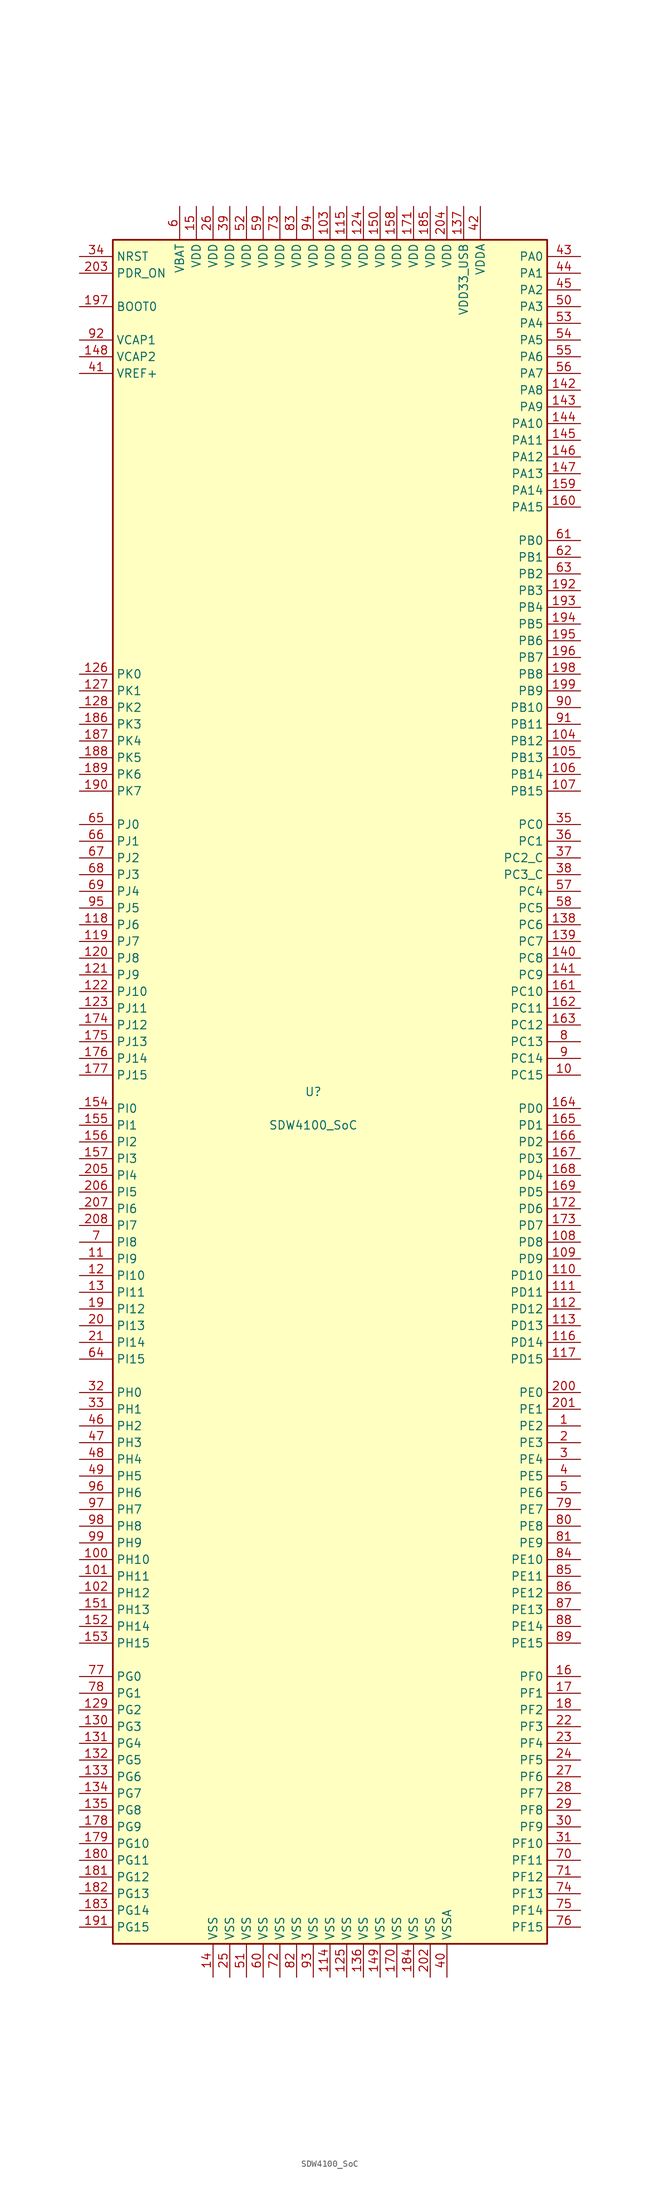
<source format=kicad_sym>
(kicad_symbol_lib
  (version 20220914)
  (generator kicad_symbol_editor)
  (symbol "SDW4100_SoC"
    (property "Reference" "U"
      (at 0 0 0)
      (effects (font (size 1.27 1.27))))
    (property "Value" "SDW4100_SoC"
      (at 0 -5.08 0)
      (effects (font (size 1.27 1.27))))
    (symbol "SDW4100_SoC_0_1"
      (rectangle (start -30.48 -129.54) (end 35.56 129.54) (stroke (width 0.254) (type default)) (fill (type background))))
    (symbol "SDW4100_SoC_1_1"
      (pin bidirectional line (at 40.64 -50.8 180) (length 5.08) (name "PE2" (effects (font (size 1.27 1.27)))) (number "1" (effects (font (size 1.27 1.27)))))
      (pin bidirectional line (at 40.64 2.54 180) (length 5.08) (name "PC15" (effects (font (size 1.27 1.27)))) (number "10" (effects (font (size 1.27 1.27)))))
      (pin bidirectional line (at -35.56 -71.12 0) (length 5.08) (name "PH10" (effects (font (size 1.27 1.27)))) (number "100" (effects (font (size 1.27 1.27)))))
      (pin bidirectional line (at -35.56 -73.66 0) (length 5.08) (name "PH11" (effects (font (size 1.27 1.27)))) (number "101" (effects (font (size 1.27 1.27)))))
      (pin bidirectional line (at -35.56 -76.2 0) (length 5.08) (name "PH12" (effects (font (size 1.27 1.27)))) (number "102" (effects (font (size 1.27 1.27)))))
      (pin power_in line (at 2.54 134.62 270) (length 5.08) (name "VDD" (effects (font (size 1.27 1.27)))) (number "103" (effects (font (size 1.27 1.27)))))
      (pin bidirectional line (at 40.64 53.34 180) (length 5.08) (name "PB12" (effects (font (size 1.27 1.27)))) (number "104" (effects (font (size 1.27 1.27)))))
      (pin bidirectional line (at 40.64 50.8 180) (length 5.08) (name "PB13" (effects (font (size 1.27 1.27)))) (number "105" (effects (font (size 1.27 1.27)))))
      (pin bidirectional line (at 40.64 48.26 180) (length 5.08) (name "PB14" (effects (font (size 1.27 1.27)))) (number "106" (effects (font (size 1.27 1.27)))))
      (pin bidirectional line (at 40.64 45.72 180) (length 5.08) (name "PB15" (effects (font (size 1.27 1.27)))) (number "107" (effects (font (size 1.27 1.27)))))
      (pin bidirectional line (at 40.64 -22.86 180) (length 5.08) (name "PD8" (effects (font (size 1.27 1.27)))) (number "108" (effects (font (size 1.27 1.27)))))
      (pin bidirectional line (at 40.64 -25.4 180) (length 5.08) (name "PD9" (effects (font (size 1.27 1.27)))) (number "109" (effects (font (size 1.27 1.27)))))
      (pin bidirectional line (at -35.56 -25.4 0) (length 5.08) (name "PI9" (effects (font (size 1.27 1.27)))) (number "11" (effects (font (size 1.27 1.27)))))
      (pin bidirectional line (at 40.64 -27.94 180) (length 5.08) (name "PD10" (effects (font (size 1.27 1.27)))) (number "110" (effects (font (size 1.27 1.27)))))
      (pin bidirectional line (at 40.64 -30.48 180) (length 5.08) (name "PD11" (effects (font (size 1.27 1.27)))) (number "111" (effects (font (size 1.27 1.27)))))
      (pin bidirectional line (at 40.64 -33.02 180) (length 5.08) (name "PD12" (effects (font (size 1.27 1.27)))) (number "112" (effects (font (size 1.27 1.27)))))
      (pin bidirectional line (at 40.64 -35.56 180) (length 5.08) (name "PD13" (effects (font (size 1.27 1.27)))) (number "113" (effects (font (size 1.27 1.27)))))
      (pin power_in line (at 2.54 -134.62 90) (length 5.08) (name "VSS" (effects (font (size 1.27 1.27)))) (number "114" (effects (font (size 1.27 1.27)))))
      (pin power_in line (at 5.08 134.62 270) (length 5.08) (name "VDD" (effects (font (size 1.27 1.27)))) (number "115" (effects (font (size 1.27 1.27)))))
      (pin bidirectional line (at 40.64 -38.1 180) (length 5.08) (name "PD14" (effects (font (size 1.27 1.27)))) (number "116" (effects (font (size 1.27 1.27)))))
      (pin bidirectional line (at 40.64 -40.64 180) (length 5.08) (name "PD15" (effects (font (size 1.27 1.27)))) (number "117" (effects (font (size 1.27 1.27)))))
      (pin bidirectional line (at -35.56 25.4 0) (length 5.08) (name "PJ6" (effects (font (size 1.27 1.27)))) (number "118" (effects (font (size 1.27 1.27)))))
      (pin bidirectional line (at -35.56 22.86 0) (length 5.08) (name "PJ7" (effects (font (size 1.27 1.27)))) (number "119" (effects (font (size 1.27 1.27)))))
      (pin bidirectional line (at -35.56 -27.94 0) (length 5.08) (name "PI10" (effects (font (size 1.27 1.27)))) (number "12" (effects (font (size 1.27 1.27)))))
      (pin bidirectional line (at -35.56 20.32 0) (length 5.08) (name "PJ8" (effects (font (size 1.27 1.27)))) (number "120" (effects (font (size 1.27 1.27)))))
      (pin bidirectional line (at -35.56 17.78 0) (length 5.08) (name "PJ9" (effects (font (size 1.27 1.27)))) (number "121" (effects (font (size 1.27 1.27)))))
      (pin bidirectional line (at -35.56 15.24 0) (length 5.08) (name "PJ10" (effects (font (size 1.27 1.27)))) (number "122" (effects (font (size 1.27 1.27)))))
      (pin bidirectional line (at -35.56 12.7 0) (length 5.08) (name "PJ11" (effects (font (size 1.27 1.27)))) (number "123" (effects (font (size 1.27 1.27)))))
      (pin power_in line (at 7.62 134.62 270) (length 5.08) (name "VDD" (effects (font (size 1.27 1.27)))) (number "124" (effects (font (size 1.27 1.27)))))
      (pin power_in line (at 5.08 -134.62 90) (length 5.08) (name "VSS" (effects (font (size 1.27 1.27)))) (number "125" (effects (font (size 1.27 1.27)))))
      (pin bidirectional line (at -35.56 63.5 0) (length 5.08) (name "PK0" (effects (font (size 1.27 1.27)))) (number "126" (effects (font (size 1.27 1.27)))))
      (pin bidirectional line (at -35.56 60.96 0) (length 5.08) (name "PK1" (effects (font (size 1.27 1.27)))) (number "127" (effects (font (size 1.27 1.27)))))
      (pin bidirectional line (at -35.56 58.42 0) (length 5.08) (name "PK2" (effects (font (size 1.27 1.27)))) (number "128" (effects (font (size 1.27 1.27)))))
      (pin bidirectional line (at -35.56 -93.98 0) (length 5.08) (name "PG2" (effects (font (size 1.27 1.27)))) (number "129" (effects (font (size 1.27 1.27)))))
      (pin bidirectional line (at -35.56 -30.48 0) (length 5.08) (name "PI11" (effects (font (size 1.27 1.27)))) (number "13" (effects (font (size 1.27 1.27)))))
      (pin bidirectional line (at -35.56 -96.52 0) (length 5.08) (name "PG3" (effects (font (size 1.27 1.27)))) (number "130" (effects (font (size 1.27 1.27)))))
      (pin bidirectional line (at -35.56 -99.06 0) (length 5.08) (name "PG4" (effects (font (size 1.27 1.27)))) (number "131" (effects (font (size 1.27 1.27)))))
      (pin bidirectional line (at -35.56 -101.6 0) (length 5.08) (name "PG5" (effects (font (size 1.27 1.27)))) (number "132" (effects (font (size 1.27 1.27)))))
      (pin bidirectional line (at -35.56 -104.14 0) (length 5.08) (name "PG6" (effects (font (size 1.27 1.27)))) (number "133" (effects (font (size 1.27 1.27)))))
      (pin bidirectional line (at -35.56 -106.68 0) (length 5.08) (name "PG7" (effects (font (size 1.27 1.27)))) (number "134" (effects (font (size 1.27 1.27)))))
      (pin bidirectional line (at -35.56 -109.22 0) (length 5.08) (name "PG8" (effects (font (size 1.27 1.27)))) (number "135" (effects (font (size 1.27 1.27)))))
      (pin power_in line (at 7.62 -134.62 90) (length 5.08) (name "VSS" (effects (font (size 1.27 1.27)))) (number "136" (effects (font (size 1.27 1.27)))))
      (pin power_in line (at 22.86 134.62 270) (length 5.08) (name "VDD33_USB" (effects (font (size 1.27 1.27)))) (number "137" (effects (font (size 1.27 1.27)))))
      (pin bidirectional line (at 40.64 25.4 180) (length 5.08) (name "PC6" (effects (font (size 1.27 1.27)))) (number "138" (effects (font (size 1.27 1.27)))))
      (pin bidirectional line (at 40.64 22.86 180) (length 5.08) (name "PC7" (effects (font (size 1.27 1.27)))) (number "139" (effects (font (size 1.27 1.27)))))
      (pin power_in line (at -15.24 -134.62 90) (length 5.08) (name "VSS" (effects (font (size 1.27 1.27)))) (number "14" (effects (font (size 1.27 1.27)))))
      (pin bidirectional line (at 40.64 20.32 180) (length 5.08) (name "PC8" (effects (font (size 1.27 1.27)))) (number "140" (effects (font (size 1.27 1.27)))))
      (pin bidirectional line (at 40.64 17.78 180) (length 5.08) (name "PC9" (effects (font (size 1.27 1.27)))) (number "141" (effects (font (size 1.27 1.27)))))
      (pin bidirectional line (at 40.64 106.68 180) (length 5.08) (name "PA8" (effects (font (size 1.27 1.27)))) (number "142" (effects (font (size 1.27 1.27)))))
      (pin bidirectional line (at 40.64 104.14 180) (length 5.08) (name "PA9" (effects (font (size 1.27 1.27)))) (number "143" (effects (font (size 1.27 1.27)))))
      (pin bidirectional line (at 40.64 101.6 180) (length 5.08) (name "PA10" (effects (font (size 1.27 1.27)))) (number "144" (effects (font (size 1.27 1.27)))))
      (pin bidirectional line (at 40.64 99.06 180) (length 5.08) (name "PA11" (effects (font (size 1.27 1.27)))) (number "145" (effects (font (size 1.27 1.27)))))
      (pin bidirectional line (at 40.64 96.52 180) (length 5.08) (name "PA12" (effects (font (size 1.27 1.27)))) (number "146" (effects (font (size 1.27 1.27)))))
      (pin bidirectional line (at 40.64 93.98 180) (length 5.08) (name "PA13" (effects (font (size 1.27 1.27)))) (number "147" (effects (font (size 1.27 1.27)))))
      (pin power_in line (at -35.56 111.76 0) (length 5.08) (name "VCAP2" (effects (font (size 1.27 1.27)))) (number "148" (effects (font (size 1.27 1.27)))))
      (pin power_in line (at 10.16 -134.62 90) (length 5.08) (name "VSS" (effects (font (size 1.27 1.27)))) (number "149" (effects (font (size 1.27 1.27)))))
      (pin power_in line (at -17.78 134.62 270) (length 5.08) (name "VDD" (effects (font (size 1.27 1.27)))) (number "15" (effects (font (size 1.27 1.27)))))
      (pin power_in line (at 10.16 134.62 270) (length 5.08) (name "VDD" (effects (font (size 1.27 1.27)))) (number "150" (effects (font (size 1.27 1.27)))))
      (pin bidirectional line (at -35.56 -78.74 0) (length 5.08) (name "PH13" (effects (font (size 1.27 1.27)))) (number "151" (effects (font (size 1.27 1.27)))))
      (pin bidirectional line (at -35.56 -81.28 0) (length 5.08) (name "PH14" (effects (font (size 1.27 1.27)))) (number "152" (effects (font (size 1.27 1.27)))))
      (pin bidirectional line (at -35.56 -83.82 0) (length 5.08) (name "PH15" (effects (font (size 1.27 1.27)))) (number "153" (effects (font (size 1.27 1.27)))))
      (pin bidirectional line (at -35.56 -2.54 0) (length 5.08) (name "PI0" (effects (font (size 1.27 1.27)))) (number "154" (effects (font (size 1.27 1.27)))))
      (pin bidirectional line (at -35.56 -5.08 0) (length 5.08) (name "PI1" (effects (font (size 1.27 1.27)))) (number "155" (effects (font (size 1.27 1.27)))))
      (pin bidirectional line (at -35.56 -7.62 0) (length 5.08) (name "PI2" (effects (font (size 1.27 1.27)))) (number "156" (effects (font (size 1.27 1.27)))))
      (pin bidirectional line (at -35.56 -10.16 0) (length 5.08) (name "PI3" (effects (font (size 1.27 1.27)))) (number "157" (effects (font (size 1.27 1.27)))))
      (pin power_in line (at 12.7 134.62 270) (length 5.08) (name "VDD" (effects (font (size 1.27 1.27)))) (number "158" (effects (font (size 1.27 1.27)))))
      (pin bidirectional line (at 40.64 91.44 180) (length 5.08) (name "PA14" (effects (font (size 1.27 1.27)))) (number "159" (effects (font (size 1.27 1.27)))))
      (pin bidirectional line (at 40.64 -88.9 180) (length 5.08) (name "PF0" (effects (font (size 1.27 1.27)))) (number "16" (effects (font (size 1.27 1.27)))))
      (pin bidirectional line (at 40.64 88.9 180) (length 5.08) (name "PA15" (effects (font (size 1.27 1.27)))) (number "160" (effects (font (size 1.27 1.27)))))
      (pin bidirectional line (at 40.64 15.24 180) (length 5.08) (name "PC10" (effects (font (size 1.27 1.27)))) (number "161" (effects (font (size 1.27 1.27)))))
      (pin bidirectional line (at 40.64 12.7 180) (length 5.08) (name "PC11" (effects (font (size 1.27 1.27)))) (number "162" (effects (font (size 1.27 1.27)))))
      (pin bidirectional line (at 40.64 10.16 180) (length 5.08) (name "PC12" (effects (font (size 1.27 1.27)))) (number "163" (effects (font (size 1.27 1.27)))))
      (pin bidirectional line (at 40.64 -2.54 180) (length 5.08) (name "PD0" (effects (font (size 1.27 1.27)))) (number "164" (effects (font (size 1.27 1.27)))))
      (pin bidirectional line (at 40.64 -5.08 180) (length 5.08) (name "PD1" (effects (font (size 1.27 1.27)))) (number "165" (effects (font (size 1.27 1.27)))))
      (pin bidirectional line (at 40.64 -7.62 180) (length 5.08) (name "PD2" (effects (font (size 1.27 1.27)))) (number "166" (effects (font (size 1.27 1.27)))))
      (pin bidirectional line (at 40.64 -10.16 180) (length 5.08) (name "PD3" (effects (font (size 1.27 1.27)))) (number "167" (effects (font (size 1.27 1.27)))))
      (pin bidirectional line (at 40.64 -12.7 180) (length 5.08) (name "PD4" (effects (font (size 1.27 1.27)))) (number "168" (effects (font (size 1.27 1.27)))))
      (pin bidirectional line (at 40.64 -15.24 180) (length 5.08) (name "PD5" (effects (font (size 1.27 1.27)))) (number "169" (effects (font (size 1.27 1.27)))))
      (pin bidirectional line (at 40.64 -91.44 180) (length 5.08) (name "PF1" (effects (font (size 1.27 1.27)))) (number "17" (effects (font (size 1.27 1.27)))))
      (pin power_in line (at 12.7 -134.62 90) (length 5.08) (name "VSS" (effects (font (size 1.27 1.27)))) (number "170" (effects (font (size 1.27 1.27)))))
      (pin power_in line (at 15.24 134.62 270) (length 5.08) (name "VDD" (effects (font (size 1.27 1.27)))) (number "171" (effects (font (size 1.27 1.27)))))
      (pin bidirectional line (at 40.64 -17.78 180) (length 5.08) (name "PD6" (effects (font (size 1.27 1.27)))) (number "172" (effects (font (size 1.27 1.27)))))
      (pin bidirectional line (at 40.64 -20.32 180) (length 5.08) (name "PD7" (effects (font (size 1.27 1.27)))) (number "173" (effects (font (size 1.27 1.27)))))
      (pin bidirectional line (at -35.56 10.16 0) (length 5.08) (name "PJ12" (effects (font (size 1.27 1.27)))) (number "174" (effects (font (size 1.27 1.27)))))
      (pin bidirectional line (at -35.56 7.62 0) (length 5.08) (name "PJ13" (effects (font (size 1.27 1.27)))) (number "175" (effects (font (size 1.27 1.27)))))
      (pin bidirectional line (at -35.56 5.08 0) (length 5.08) (name "PJ14" (effects (font (size 1.27 1.27)))) (number "176" (effects (font (size 1.27 1.27)))))
      (pin bidirectional line (at -35.56 2.54 0) (length 5.08) (name "PJ15" (effects (font (size 1.27 1.27)))) (number "177" (effects (font (size 1.27 1.27)))))
      (pin bidirectional line (at -35.56 -111.76 0) (length 5.08) (name "PG9" (effects (font (size 1.27 1.27)))) (number "178" (effects (font (size 1.27 1.27)))))
      (pin bidirectional line (at -35.56 -114.3 0) (length 5.08) (name "PG10" (effects (font (size 1.27 1.27)))) (number "179" (effects (font (size 1.27 1.27)))))
      (pin bidirectional line (at 40.64 -93.98 180) (length 5.08) (name "PF2" (effects (font (size 1.27 1.27)))) (number "18" (effects (font (size 1.27 1.27)))))
      (pin bidirectional line (at -35.56 -116.84 0) (length 5.08) (name "PG11" (effects (font (size 1.27 1.27)))) (number "180" (effects (font (size 1.27 1.27)))))
      (pin bidirectional line (at -35.56 -119.38 0) (length 5.08) (name "PG12" (effects (font (size 1.27 1.27)))) (number "181" (effects (font (size 1.27 1.27)))))
      (pin bidirectional line (at -35.56 -121.92 0) (length 5.08) (name "PG13" (effects (font (size 1.27 1.27)))) (number "182" (effects (font (size 1.27 1.27)))))
      (pin bidirectional line (at -35.56 -124.46 0) (length 5.08) (name "PG14" (effects (font (size 1.27 1.27)))) (number "183" (effects (font (size 1.27 1.27)))))
      (pin power_in line (at 15.24 -134.62 90) (length 5.08) (name "VSS" (effects (font (size 1.27 1.27)))) (number "184" (effects (font (size 1.27 1.27)))))
      (pin power_in line (at 17.78 134.62 270) (length 5.08) (name "VDD" (effects (font (size 1.27 1.27)))) (number "185" (effects (font (size 1.27 1.27)))))
      (pin bidirectional line (at -35.56 55.88 0) (length 5.08) (name "PK3" (effects (font (size 1.27 1.27)))) (number "186" (effects (font (size 1.27 1.27)))))
      (pin bidirectional line (at -35.56 53.34 0) (length 5.08) (name "PK4" (effects (font (size 1.27 1.27)))) (number "187" (effects (font (size 1.27 1.27)))))
      (pin bidirectional line (at -35.56 50.8 0) (length 5.08) (name "PK5" (effects (font (size 1.27 1.27)))) (number "188" (effects (font (size 1.27 1.27)))))
      (pin bidirectional line (at -35.56 48.26 0) (length 5.08) (name "PK6" (effects (font (size 1.27 1.27)))) (number "189" (effects (font (size 1.27 1.27)))))
      (pin bidirectional line (at -35.56 -33.02 0) (length 5.08) (name "PI12" (effects (font (size 1.27 1.27)))) (number "19" (effects (font (size 1.27 1.27)))))
      (pin bidirectional line (at -35.56 45.72 0) (length 5.08) (name "PK7" (effects (font (size 1.27 1.27)))) (number "190" (effects (font (size 1.27 1.27)))))
      (pin bidirectional line (at -35.56 -127 0) (length 5.08) (name "PG15" (effects (font (size 1.27 1.27)))) (number "191" (effects (font (size 1.27 1.27)))))
      (pin bidirectional line (at 40.64 76.2 180) (length 5.08) (name "PB3" (effects (font (size 1.27 1.27)))) (number "192" (effects (font (size 1.27 1.27)))))
      (pin bidirectional line (at 40.64 73.66 180) (length 5.08) (name "PB4" (effects (font (size 1.27 1.27)))) (number "193" (effects (font (size 1.27 1.27)))))
      (pin bidirectional line (at 40.64 71.12 180) (length 5.08) (name "PB5" (effects (font (size 1.27 1.27)))) (number "194" (effects (font (size 1.27 1.27)))))
      (pin bidirectional line (at 40.64 68.58 180) (length 5.08) (name "PB6" (effects (font (size 1.27 1.27)))) (number "195" (effects (font (size 1.27 1.27)))))
      (pin bidirectional line (at 40.64 66.04 180) (length 5.08) (name "PB7" (effects (font (size 1.27 1.27)))) (number "196" (effects (font (size 1.27 1.27)))))
      (pin input line (at -35.56 119.38 0) (length 5.08) (name "BOOT0" (effects (font (size 1.27 1.27)))) (number "197" (effects (font (size 1.27 1.27)))))
      (pin bidirectional line (at 40.64 63.5 180) (length 5.08) (name "PB8" (effects (font (size 1.27 1.27)))) (number "198" (effects (font (size 1.27 1.27)))))
      (pin bidirectional line (at 40.64 60.96 180) (length 5.08) (name "PB9" (effects (font (size 1.27 1.27)))) (number "199" (effects (font (size 1.27 1.27)))))
      (pin bidirectional line (at 40.64 -53.34 180) (length 5.08) (name "PE3" (effects (font (size 1.27 1.27)))) (number "2" (effects (font (size 1.27 1.27)))))
      (pin bidirectional line (at -35.56 -35.56 0) (length 5.08) (name "PI13" (effects (font (size 1.27 1.27)))) (number "20" (effects (font (size 1.27 1.27)))))
      (pin bidirectional line (at 40.64 -45.72 180) (length 5.08) (name "PE0" (effects (font (size 1.27 1.27)))) (number "200" (effects (font (size 1.27 1.27)))))
      (pin bidirectional line (at 40.64 -48.26 180) (length 5.08) (name "PE1" (effects (font (size 1.27 1.27)))) (number "201" (effects (font (size 1.27 1.27)))))
      (pin power_in line (at 17.78 -134.62 90) (length 5.08) (name "VSS" (effects (font (size 1.27 1.27)))) (number "202" (effects (font (size 1.27 1.27)))))
      (pin input line (at -35.56 124.46 0) (length 5.08) (name "PDR_ON" (effects (font (size 1.27 1.27)))) (number "203" (effects (font (size 1.27 1.27)))))
      (pin power_in line (at 20.32 134.62 270) (length 5.08) (name "VDD" (effects (font (size 1.27 1.27)))) (number "204" (effects (font (size 1.27 1.27)))))
      (pin bidirectional line (at -35.56 -12.7 0) (length 5.08) (name "PI4" (effects (font (size 1.27 1.27)))) (number "205" (effects (font (size 1.27 1.27)))))
      (pin bidirectional line (at -35.56 -15.24 0) (length 5.08) (name "PI5" (effects (font (size 1.27 1.27)))) (number "206" (effects (font (size 1.27 1.27)))))
      (pin bidirectional line (at -35.56 -17.78 0) (length 5.08) (name "PI6" (effects (font (size 1.27 1.27)))) (number "207" (effects (font (size 1.27 1.27)))))
      (pin bidirectional line (at -35.56 -20.32 0) (length 5.08) (name "PI7" (effects (font (size 1.27 1.27)))) (number "208" (effects (font (size 1.27 1.27)))))
      (pin bidirectional line (at -35.56 -38.1 0) (length 5.08) (name "PI14" (effects (font (size 1.27 1.27)))) (number "21" (effects (font (size 1.27 1.27)))))
      (pin bidirectional line (at 40.64 -96.52 180) (length 5.08) (name "PF3" (effects (font (size 1.27 1.27)))) (number "22" (effects (font (size 1.27 1.27)))))
      (pin bidirectional line (at 40.64 -99.06 180) (length 5.08) (name "PF4" (effects (font (size 1.27 1.27)))) (number "23" (effects (font (size 1.27 1.27)))))
      (pin bidirectional line (at 40.64 -101.6 180) (length 5.08) (name "PF5" (effects (font (size 1.27 1.27)))) (number "24" (effects (font (size 1.27 1.27)))))
      (pin power_in line (at -12.7 -134.62 90) (length 5.08) (name "VSS" (effects (font (size 1.27 1.27)))) (number "25" (effects (font (size 1.27 1.27)))))
      (pin power_in line (at -15.24 134.62 270) (length 5.08) (name "VDD" (effects (font (size 1.27 1.27)))) (number "26" (effects (font (size 1.27 1.27)))))
      (pin bidirectional line (at 40.64 -104.14 180) (length 5.08) (name "PF6" (effects (font (size 1.27 1.27)))) (number "27" (effects (font (size 1.27 1.27)))))
      (pin bidirectional line (at 40.64 -106.68 180) (length 5.08) (name "PF7" (effects (font (size 1.27 1.27)))) (number "28" (effects (font (size 1.27 1.27)))))
      (pin bidirectional line (at 40.64 -109.22 180) (length 5.08) (name "PF8" (effects (font (size 1.27 1.27)))) (number "29" (effects (font (size 1.27 1.27)))))
      (pin bidirectional line (at 40.64 -55.88 180) (length 5.08) (name "PE4" (effects (font (size 1.27 1.27)))) (number "3" (effects (font (size 1.27 1.27)))))
      (pin bidirectional line (at 40.64 -111.76 180) (length 5.08) (name "PF9" (effects (font (size 1.27 1.27)))) (number "30" (effects (font (size 1.27 1.27)))))
      (pin bidirectional line (at 40.64 -114.3 180) (length 5.08) (name "PF10" (effects (font (size 1.27 1.27)))) (number "31" (effects (font (size 1.27 1.27)))))
      (pin input line (at -35.56 -45.72 0) (length 5.08) (name "PH0" (effects (font (size 1.27 1.27)))) (number "32" (effects (font (size 1.27 1.27)))))
      (pin input line (at -35.56 -48.26 0) (length 5.08) (name "PH1" (effects (font (size 1.27 1.27)))) (number "33" (effects (font (size 1.27 1.27)))))
      (pin input line (at -35.56 127 0) (length 5.08) (name "NRST" (effects (font (size 1.27 1.27)))) (number "34" (effects (font (size 1.27 1.27)))))
      (pin bidirectional line (at 40.64 40.64 180) (length 5.08) (name "PC0" (effects (font (size 1.27 1.27)))) (number "35" (effects (font (size 1.27 1.27)))))
      (pin bidirectional line (at 40.64 38.1 180) (length 5.08) (name "PC1" (effects (font (size 1.27 1.27)))) (number "36" (effects (font (size 1.27 1.27)))))
      (pin bidirectional line (at 40.64 35.56 180) (length 5.08) (name "PC2_C" (effects (font (size 1.27 1.27)))) (number "37" (effects (font (size 1.27 1.27)))))
      (pin bidirectional line (at 40.64 33.02 180) (length 5.08) (name "PC3_C" (effects (font (size 1.27 1.27)))) (number "38" (effects (font (size 1.27 1.27)))))
      (pin power_in line (at -12.7 134.62 270) (length 5.08) (name "VDD" (effects (font (size 1.27 1.27)))) (number "39" (effects (font (size 1.27 1.27)))))
      (pin bidirectional line (at 40.64 -58.42 180) (length 5.08) (name "PE5" (effects (font (size 1.27 1.27)))) (number "4" (effects (font (size 1.27 1.27)))))
      (pin power_in line (at 20.32 -134.62 90) (length 5.08) (name "VSSA" (effects (font (size 1.27 1.27)))) (number "40" (effects (font (size 1.27 1.27)))))
      (pin bidirectional line (at -35.56 109.22 0) (length 5.08) (name "VREF+" (effects (font (size 1.27 1.27)))) (number "41" (effects (font (size 1.27 1.27)))))
      (pin power_in line (at 25.4 134.62 270) (length 5.08) (name "VDDA" (effects (font (size 1.27 1.27)))) (number "42" (effects (font (size 1.27 1.27)))))
      (pin bidirectional line (at 40.64 127 180) (length 5.08) (name "PA0" (effects (font (size 1.27 1.27)))) (number "43" (effects (font (size 1.27 1.27)))))
      (pin bidirectional line (at 40.64 124.46 180) (length 5.08) (name "PA1" (effects (font (size 1.27 1.27)))) (number "44" (effects (font (size 1.27 1.27)))))
      (pin bidirectional line (at 40.64 121.92 180) (length 5.08) (name "PA2" (effects (font (size 1.27 1.27)))) (number "45" (effects (font (size 1.27 1.27)))))
      (pin bidirectional line (at -35.56 -50.8 0) (length 5.08) (name "PH2" (effects (font (size 1.27 1.27)))) (number "46" (effects (font (size 1.27 1.27)))))
      (pin bidirectional line (at -35.56 -53.34 0) (length 5.08) (name "PH3" (effects (font (size 1.27 1.27)))) (number "47" (effects (font (size 1.27 1.27)))))
      (pin bidirectional line (at -35.56 -55.88 0) (length 5.08) (name "PH4" (effects (font (size 1.27 1.27)))) (number "48" (effects (font (size 1.27 1.27)))))
      (pin bidirectional line (at -35.56 -58.42 0) (length 5.08) (name "PH5" (effects (font (size 1.27 1.27)))) (number "49" (effects (font (size 1.27 1.27)))))
      (pin bidirectional line (at 40.64 -60.96 180) (length 5.08) (name "PE6" (effects (font (size 1.27 1.27)))) (number "5" (effects (font (size 1.27 1.27)))))
      (pin bidirectional line (at 40.64 119.38 180) (length 5.08) (name "PA3" (effects (font (size 1.27 1.27)))) (number "50" (effects (font (size 1.27 1.27)))))
      (pin power_in line (at -10.16 -134.62 90) (length 5.08) (name "VSS" (effects (font (size 1.27 1.27)))) (number "51" (effects (font (size 1.27 1.27)))))
      (pin power_in line (at -10.16 134.62 270) (length 5.08) (name "VDD" (effects (font (size 1.27 1.27)))) (number "52" (effects (font (size 1.27 1.27)))))
      (pin bidirectional line (at 40.64 116.84 180) (length 5.08) (name "PA4" (effects (font (size 1.27 1.27)))) (number "53" (effects (font (size 1.27 1.27)))))
      (pin bidirectional line (at 40.64 114.3 180) (length 5.08) (name "PA5" (effects (font (size 1.27 1.27)))) (number "54" (effects (font (size 1.27 1.27)))))
      (pin bidirectional line (at 40.64 111.76 180) (length 5.08) (name "PA6" (effects (font (size 1.27 1.27)))) (number "55" (effects (font (size 1.27 1.27)))))
      (pin bidirectional line (at 40.64 109.22 180) (length 5.08) (name "PA7" (effects (font (size 1.27 1.27)))) (number "56" (effects (font (size 1.27 1.27)))))
      (pin bidirectional line (at 40.64 30.48 180) (length 5.08) (name "PC4" (effects (font (size 1.27 1.27)))) (number "57" (effects (font (size 1.27 1.27)))))
      (pin bidirectional line (at 40.64 27.94 180) (length 5.08) (name "PC5" (effects (font (size 1.27 1.27)))) (number "58" (effects (font (size 1.27 1.27)))))
      (pin power_in line (at -7.62 134.62 270) (length 5.08) (name "VDD" (effects (font (size 1.27 1.27)))) (number "59" (effects (font (size 1.27 1.27)))))
      (pin power_in line (at -20.32 134.62 270) (length 5.08) (name "VBAT" (effects (font (size 1.27 1.27)))) (number "6" (effects (font (size 1.27 1.27)))))
      (pin power_in line (at -7.62 -134.62 90) (length 5.08) (name "VSS" (effects (font (size 1.27 1.27)))) (number "60" (effects (font (size 1.27 1.27)))))
      (pin bidirectional line (at 40.64 83.82 180) (length 5.08) (name "PB0" (effects (font (size 1.27 1.27)))) (number "61" (effects (font (size 1.27 1.27)))))
      (pin bidirectional line (at 40.64 81.28 180) (length 5.08) (name "PB1" (effects (font (size 1.27 1.27)))) (number "62" (effects (font (size 1.27 1.27)))))
      (pin bidirectional line (at 40.64 78.74 180) (length 5.08) (name "PB2" (effects (font (size 1.27 1.27)))) (number "63" (effects (font (size 1.27 1.27)))))
      (pin bidirectional line (at -35.56 -40.64 0) (length 5.08) (name "PI15" (effects (font (size 1.27 1.27)))) (number "64" (effects (font (size 1.27 1.27)))))
      (pin bidirectional line (at -35.56 40.64 0) (length 5.08) (name "PJ0" (effects (font (size 1.27 1.27)))) (number "65" (effects (font (size 1.27 1.27)))))
      (pin bidirectional line (at -35.56 38.1 0) (length 5.08) (name "PJ1" (effects (font (size 1.27 1.27)))) (number "66" (effects (font (size 1.27 1.27)))))
      (pin bidirectional line (at -35.56 35.56 0) (length 5.08) (name "PJ2" (effects (font (size 1.27 1.27)))) (number "67" (effects (font (size 1.27 1.27)))))
      (pin bidirectional line (at -35.56 33.02 0) (length 5.08) (name "PJ3" (effects (font (size 1.27 1.27)))) (number "68" (effects (font (size 1.27 1.27)))))
      (pin bidirectional line (at -35.56 30.48 0) (length 5.08) (name "PJ4" (effects (font (size 1.27 1.27)))) (number "69" (effects (font (size 1.27 1.27)))))
      (pin bidirectional line (at -35.56 -22.86 0) (length 5.08) (name "PI8" (effects (font (size 1.27 1.27)))) (number "7" (effects (font (size 1.27 1.27)))))
      (pin bidirectional line (at 40.64 -116.84 180) (length 5.08) (name "PF11" (effects (font (size 1.27 1.27)))) (number "70" (effects (font (size 1.27 1.27)))))
      (pin bidirectional line (at 40.64 -119.38 180) (length 5.08) (name "PF12" (effects (font (size 1.27 1.27)))) (number "71" (effects (font (size 1.27 1.27)))))
      (pin power_in line (at -5.08 -134.62 90) (length 5.08) (name "VSS" (effects (font (size 1.27 1.27)))) (number "72" (effects (font (size 1.27 1.27)))))
      (pin power_in line (at -5.08 134.62 270) (length 5.08) (name "VDD" (effects (font (size 1.27 1.27)))) (number "73" (effects (font (size 1.27 1.27)))))
      (pin bidirectional line (at 40.64 -121.92 180) (length 5.08) (name "PF13" (effects (font (size 1.27 1.27)))) (number "74" (effects (font (size 1.27 1.27)))))
      (pin bidirectional line (at 40.64 -124.46 180) (length 5.08) (name "PF14" (effects (font (size 1.27 1.27)))) (number "75" (effects (font (size 1.27 1.27)))))
      (pin bidirectional line (at 40.64 -127 180) (length 5.08) (name "PF15" (effects (font (size 1.27 1.27)))) (number "76" (effects (font (size 1.27 1.27)))))
      (pin bidirectional line (at -35.56 -88.9 0) (length 5.08) (name "PG0" (effects (font (size 1.27 1.27)))) (number "77" (effects (font (size 1.27 1.27)))))
      (pin bidirectional line (at -35.56 -91.44 0) (length 5.08) (name "PG1" (effects (font (size 1.27 1.27)))) (number "78" (effects (font (size 1.27 1.27)))))
      (pin bidirectional line (at 40.64 -63.5 180) (length 5.08) (name "PE7" (effects (font (size 1.27 1.27)))) (number "79" (effects (font (size 1.27 1.27)))))
      (pin bidirectional line (at 40.64 7.62 180) (length 5.08) (name "PC13" (effects (font (size 1.27 1.27)))) (number "8" (effects (font (size 1.27 1.27)))))
      (pin bidirectional line (at 40.64 -66.04 180) (length 5.08) (name "PE8" (effects (font (size 1.27 1.27)))) (number "80" (effects (font (size 1.27 1.27)))))
      (pin bidirectional line (at 40.64 -68.58 180) (length 5.08) (name "PE9" (effects (font (size 1.27 1.27)))) (number "81" (effects (font (size 1.27 1.27)))))
      (pin power_in line (at -2.54 -134.62 90) (length 5.08) (name "VSS" (effects (font (size 1.27 1.27)))) (number "82" (effects (font (size 1.27 1.27)))))
      (pin power_in line (at -2.54 134.62 270) (length 5.08) (name "VDD" (effects (font (size 1.27 1.27)))) (number "83" (effects (font (size 1.27 1.27)))))
      (pin bidirectional line (at 40.64 -71.12 180) (length 5.08) (name "PE10" (effects (font (size 1.27 1.27)))) (number "84" (effects (font (size 1.27 1.27)))))
      (pin bidirectional line (at 40.64 -73.66 180) (length 5.08) (name "PE11" (effects (font (size 1.27 1.27)))) (number "85" (effects (font (size 1.27 1.27)))))
      (pin bidirectional line (at 40.64 -76.2 180) (length 5.08) (name "PE12" (effects (font (size 1.27 1.27)))) (number "86" (effects (font (size 1.27 1.27)))))
      (pin bidirectional line (at 40.64 -78.74 180) (length 5.08) (name "PE13" (effects (font (size 1.27 1.27)))) (number "87" (effects (font (size 1.27 1.27)))))
      (pin bidirectional line (at 40.64 -81.28 180) (length 5.08) (name "PE14" (effects (font (size 1.27 1.27)))) (number "88" (effects (font (size 1.27 1.27)))))
      (pin bidirectional line (at 40.64 -83.82 180) (length 5.08) (name "PE15" (effects (font (size 1.27 1.27)))) (number "89" (effects (font (size 1.27 1.27)))))
      (pin bidirectional line (at 40.64 5.08 180) (length 5.08) (name "PC14" (effects (font (size 1.27 1.27)))) (number "9" (effects (font (size 1.27 1.27)))))
      (pin bidirectional line (at 40.64 58.42 180) (length 5.08) (name "PB10" (effects (font (size 1.27 1.27)))) (number "90" (effects (font (size 1.27 1.27)))))
      (pin bidirectional line (at 40.64 55.88 180) (length 5.08) (name "PB11" (effects (font (size 1.27 1.27)))) (number "91" (effects (font (size 1.27 1.27)))))
      (pin power_in line (at -35.56 114.3 0) (length 5.08) (name "VCAP1" (effects (font (size 1.27 1.27)))) (number "92" (effects (font (size 1.27 1.27)))))
      (pin power_in line (at 0 -134.62 90) (length 5.08) (name "VSS" (effects (font (size 1.27 1.27)))) (number "93" (effects (font (size 1.27 1.27)))))
      (pin power_in line (at 0 134.62 270) (length 5.08) (name "VDD" (effects (font (size 1.27 1.27)))) (number "94" (effects (font (size 1.27 1.27)))))
      (pin bidirectional line (at -35.56 27.94 0) (length 5.08) (name "PJ5" (effects (font (size 1.27 1.27)))) (number "95" (effects (font (size 1.27 1.27)))))
      (pin bidirectional line (at -35.56 -60.96 0) (length 5.08) (name "PH6" (effects (font (size 1.27 1.27)))) (number "96" (effects (font (size 1.27 1.27)))))
      (pin bidirectional line (at -35.56 -63.5 0) (length 5.08) (name "PH7" (effects (font (size 1.27 1.27)))) (number "97" (effects (font (size 1.27 1.27)))))
      (pin bidirectional line (at -35.56 -66.04 0) (length 5.08) (name "PH8" (effects (font (size 1.27 1.27)))) (number "98" (effects (font (size 1.27 1.27)))))
      (pin bidirectional line (at -35.56 -68.58 0) (length 5.08) (name "PH9" (effects (font (size 1.27 1.27)))) (number "99" (effects (font (size 1.27 1.27))))))))
</source>
